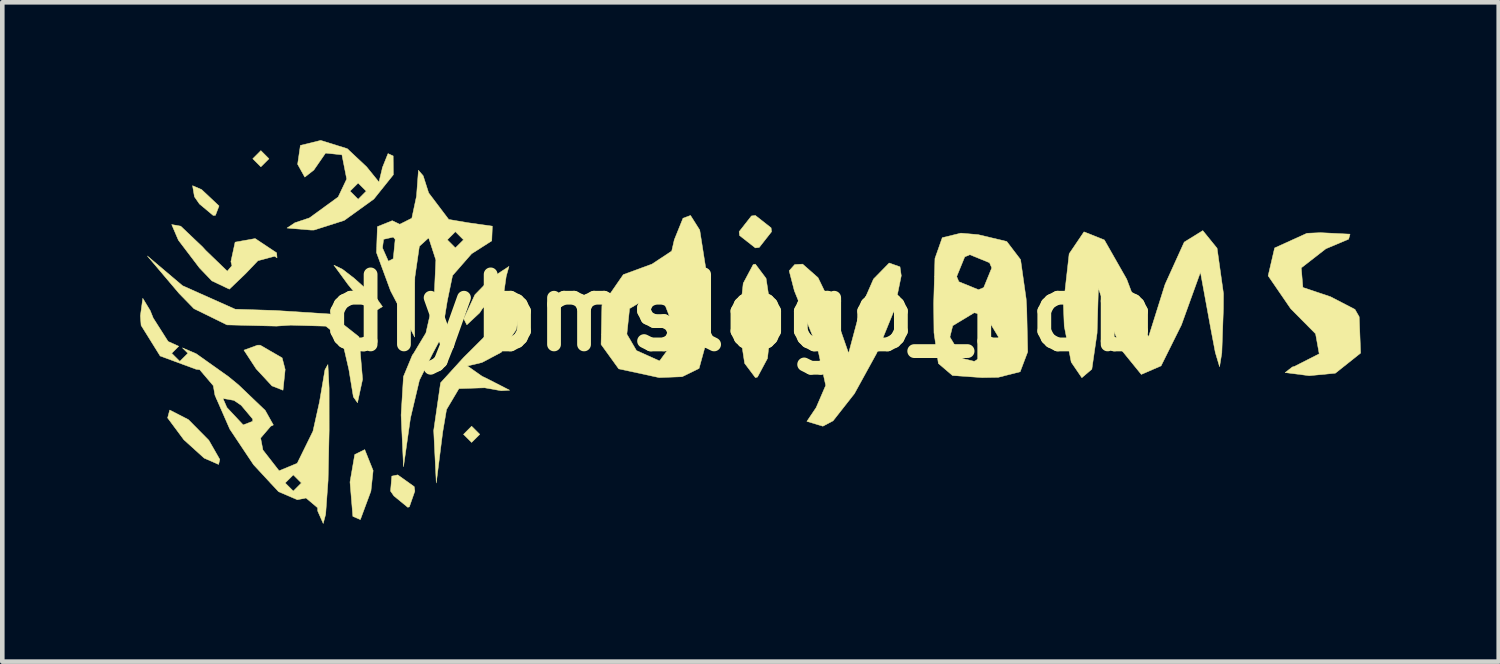
<source format=kicad_pcb>
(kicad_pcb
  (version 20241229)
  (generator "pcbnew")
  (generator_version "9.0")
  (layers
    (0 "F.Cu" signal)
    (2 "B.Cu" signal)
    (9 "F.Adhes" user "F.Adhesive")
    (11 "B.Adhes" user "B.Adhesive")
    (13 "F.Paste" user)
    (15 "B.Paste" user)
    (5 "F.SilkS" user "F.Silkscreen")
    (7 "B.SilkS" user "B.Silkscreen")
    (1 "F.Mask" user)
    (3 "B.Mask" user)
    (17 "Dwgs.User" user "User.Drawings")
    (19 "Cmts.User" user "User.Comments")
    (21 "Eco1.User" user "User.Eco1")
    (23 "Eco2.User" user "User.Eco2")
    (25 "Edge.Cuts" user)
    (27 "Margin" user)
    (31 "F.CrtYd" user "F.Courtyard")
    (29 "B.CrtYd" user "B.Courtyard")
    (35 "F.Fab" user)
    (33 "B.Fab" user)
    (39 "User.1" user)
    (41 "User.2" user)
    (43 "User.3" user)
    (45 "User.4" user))
  (footprint "diybmslogo_pcb"
    (layer "F.Cu")
    (at 13.033 3.755)
    (property "Reference" "diybmslogo_pcb" (at 0 0 0) (layer "F.SilkS") (effects (font (size 1.524 1.524) (thickness 0.3))))
    (attr through_hole)
    (fp_poly (pts (xy -10.231 -3.351) (xy -10.407 -3.175) (xy -10.583 -3.351) (xy -10.407 -3.528) (xy -10.231 -3.351)) (stroke (width 0.01) (type solid)) (fill yes) (layer "F.SilkS"))
    (fp_poly (pts (xy -5.644 2.646) (xy -5.821 2.822) (xy -5.997 2.646) (xy -5.821 2.469) (xy -5.644 2.646)) (stroke (width 0.01) (type solid)) (fill yes) (layer "F.SilkS"))
    (fp_poly (pts (xy -11.696 -2.68) (xy -11.317 -2.324) (xy -11.395 -2.12) (xy -11.444 -2.117) (xy -11.743 -2.367) (xy -11.852 -2.524) (xy -11.893 -2.765) (xy -11.696 -2.68)) (stroke (width 0.01) (type solid)) (fill yes) (layer "F.SilkS"))
    (fp_poly (pts (xy -11.983 2.326) (xy -11.539 2.775) (xy -11.3 3.193) (xy -11.327 3.301) (xy -11.641 3.163) (xy -12.083 2.763) (xy -12.436 2.288) (xy -12.39 2.117) (xy -11.983 2.326)) (stroke (width 0.01) (type solid)) (fill yes) (layer "F.SilkS"))
    (fp_poly (pts (xy -9.944 0.982) (xy -9.878 1.235) (xy -9.925 1.686) (xy -10.165 1.592) (xy -10.509 1.221) (xy -10.775 0.814) (xy -10.479 0.706) (xy -10.421 0.706) (xy -9.944 0.982)) (stroke (width 0.01) (type solid)) (fill yes) (layer "F.SilkS"))
    (fp_poly (pts (xy -8.634 -0.948) (xy -8.378 -0.751) (xy -7.89 -0.315) (xy -7.761 -0.133) (xy -7.933 -0.028) (xy -8.402 -0.481) (xy -8.512 -0.617) (xy -8.817 -1.035) (xy -8.634 -0.948)) (stroke (width 0.01) (type solid)) (fill yes) (layer "F.SilkS"))
    (fp_poly (pts (xy -7.964 3.434) (xy -8.012 3.881) (xy -8.242 4.501) (xy -8.405 4.431) (xy -8.467 3.685) (xy -8.467 3.683) (xy -8.364 3.085) (xy -8.147 2.978) (xy -7.964 3.434)) (stroke (width 0.01) (type solid)) (fill yes) (layer "F.SilkS"))
    (fp_poly (pts (xy -7.07 3.784) (xy -7.056 3.881) (xy -7.176 4.224) (xy -7.211 4.233) (xy -7.512 3.986) (xy -7.585 3.881) (xy -7.557 3.555) (xy -7.429 3.528) (xy -7.07 3.784)) (stroke (width 0.01) (type solid)) (fill yes) (layer "F.SilkS"))
    (fp_poly (pts (xy 0.695 -1.848) (xy 0.706 -1.764) (xy 0.437 -1.421) (xy 0.353 -1.411) (xy 0.01 -1.68) (xy 0 -1.764) (xy 0.268 -2.106) (xy 0.353 -2.117) (xy 0.695 -1.848)) (stroke (width 0.01) (type solid)) (fill yes) (layer "F.SilkS"))
    (fp_poly (pts (xy 0.586 -0.748) (xy 0.703 0.014) (xy 0.706 0.176) (xy 0.617 0.993) (xy 0.399 1.4) (xy 0.353 1.411) (xy 0.12 1.101) (xy 0.003 0.338) (xy 0 0.176) (xy 0.089 -0.64) (xy 0.306 -1.048) (xy 0.353 -1.058) (xy 0.586 -0.748)) (stroke (width 0.01) (type solid)) (fill yes) (layer "F.SilkS"))
    (fp_poly (pts (xy -12.151 -1.884) (xy -11.672 -1.429) (xy -11.612 -1.362) (xy -11.137 -0.904) (xy -11.035 -1.026) (xy -11.059 -1.112) (xy -10.967 -1.536) (xy -10.531 -1.614) (xy -10.064 -1.304) (xy -10.055 -1.194) (xy -10.107 -1.229) (xy -10.471 -1.132) (xy -10.737 -0.853) (xy -11.092 -0.513) (xy -11.473 -0.694) (xy -11.742 -0.975) (xy -12.202 -1.58) (xy -12.347 -1.919) (xy -12.151 -1.884)) (stroke (width 0.01) (type solid)) (fill yes) (layer "F.SilkS"))
    (fp_poly (pts (xy -12.111 -0.588) (xy -10.966 -0.077) (xy -10.09 -0.049) (xy -8.9 0.028) (xy -8.273 0.523) (xy -8.194 1.447) (xy -8.196 1.459) (xy -8.304 1.958) (xy -8.394 1.831) (xy -8.491 1.24) (xy -8.645 0.571) (xy -8.993 0.292) (xy -9.758 0.27) (xy -10.068 0.291) (xy -11.144 0.264) (xy -11.863 -0.089) (xy -12.185 -0.419) (xy -12.876 -1.235) (xy -12.111 -0.588)) (stroke (width 0.01) (type solid)) (fill yes) (layer "F.SilkS"))
    (fp_poly (pts (xy 3.5 -0.999) (xy 3.528 -0.806) (xy 3.374 -0.054) (xy 2.993 0.88) (xy 2.509 1.76) (xy 2.044 2.352) (xy 1.822 2.469) (xy 1.474 2.364) (xy 1.676 2.064) (xy 1.884 1.581) (xy 1.71 0.788) (xy 1.57 0.433) (xy 1.202 -0.477) (xy 1.089 -0.913) (xy 1.209 -1.048) (xy 1.382 -1.058) (xy 1.717 -0.763) (xy 2.044 -0.088) (xy 2.382 0.882) (xy 2.641 -0.088) (xy 2.924 -0.734) (xy 3.265 -1.082) (xy 3.5 -0.999)) (stroke (width 0.01) (type solid)) (fill yes) (layer "F.SilkS"))
    (fp_poly (pts (xy 13.293 -1.71) (xy 13.262 -1.601) (xy 12.766 -1.392) (xy 12.231 -0.976) (xy 12.267 -0.55) (xy 12.853 -0.353) (xy 12.859 -0.353) (xy 13.4 -0.073) (xy 13.492 0.088) (xy 13.523 0.878) (xy 12.974 1.315) (xy 12.406 1.37) (xy 11.881 1.302) (xy 12.038 1.18) (xy 12.083 1.168) (xy 12.622 0.894) (xy 12.543 0.458) (xy 12.002 -0.088) (xy 11.511 -0.804) (xy 11.652 -1.41) (xy 12.355 -1.729) (xy 12.65 -1.742) (xy 13.293 -1.71)) (stroke (width 0.01) (type solid)) (fill yes) (layer "F.SilkS"))
    (fp_poly (pts (xy -0.857 -1.799) (xy -0.729 -0.988) (xy -0.706 -0.353) (xy -0.729 0.692) (xy -0.872 1.212) (xy -1.24 1.392) (xy -1.74 1.411) (xy -2.62 1.221) (xy -3.004 0.689) (xy -2.999 0.466) (xy -2.443 0.466) (xy -2.234 0.823) (xy -1.731 1.049) (xy -1.439 0.651) (xy -1.411 0.353) (xy -1.632 -0.222) (xy -1.94 -0.353) (xy -2.384 -0.091) (xy -2.443 0.466) (xy -2.999 0.466) (xy -2.986 -0.156) (xy -2.52 -0.83) (xy -1.897 -1.058) (xy -1.467 -1.342) (xy -1.411 -1.587) (xy -1.221 -2.057) (xy -1.058 -2.117) (xy -0.857 -1.799)) (stroke (width 0.01) (type solid)) (fill yes) (layer "F.SilkS"))
    (fp_poly (pts (xy 10.4 -1.403) (xy 10.539 -0.416) (xy 10.537 -0.088) (xy 10.503 0.873) (xy 10.454 1.175) (xy 10.361 0.863) (xy 10.264 0.353) (xy 10.038 -0.882) (xy 9.624 0.265) (xy 9.181 1.156) (xy 8.751 1.342) (xy 8.33 0.824) (xy 8.171 0.441) (xy 7.817 -0.529) (xy 7.789 0.441) (xy 7.675 1.228) (xy 7.457 1.414) (xy 7.226 1.075) (xy 7.074 0.288) (xy 7.056 -0.176) (xy 7.181 -1.283) (xy 7.504 -1.76) (xy 7.947 -1.584) (xy 8.433 -0.731) (xy 8.476 -0.617) (xy 8.908 0.529) (xy 9.268 -0.617) (xy 9.685 -1.537) (xy 10.089 -1.787) (xy 10.4 -1.403)) (stroke (width 0.01) (type solid)) (fill yes) (layer "F.SilkS"))
    (fp_poly (pts (xy -5.068 -0.794) (xy -5.123 -0.407) (xy -4.993 -0.353) (xy -4.752 -0.128) (xy -4.851 0.367) (xy -5.177 0.861) (xy -5.597 1.083) (xy -5.913 1.158) (xy -5.596 1.381) (xy -5.468 1.443) (xy -4.994 1.686) (xy -5.178 1.697) (xy -5.537 1.633) (xy -6.097 1.651) (xy -6.367 2.106) (xy -6.45 2.596) (xy -6.59 3.704) (xy -6.646 2.561) (xy -6.496 1.524) (xy -5.997 0.976) (xy -5.443 0.424) (xy -5.297 0.003) (xy -5.35 -0.35) (xy -5.588 -0.087) (xy -5.644 0) (xy -5.925 0.263) (xy -5.992 0.131) (xy -5.749 -0.392) (xy -5.4 -0.751) (xy -5.008 -1.008) (xy -5.068 -0.794)) (stroke (width 0.01) (type solid)) (fill yes) (layer "F.SilkS"))
    (fp_poly (pts (xy -8.527 -3.57) (xy -8.106 -3.175) (xy -7.837 -2.843) (xy -7.767 -3.133) (xy -7.767 -3.146) (xy -7.64 -3.463) (xy -7.528 -3.412) (xy -7.524 -3.003) (xy -7.949 -2.473) (xy -8.593 -2.009) (xy -9.252 -1.799) (xy -9.315 -1.799) (xy -9.837 -1.843) (xy -9.668 -1.957) (xy -9.349 -2.064) (xy -8.725 -2.518) (xy -8.664 -2.646) (xy -8.467 -2.646) (xy -8.29 -2.469) (xy -8.114 -2.646) (xy -8.29 -2.822) (xy -8.467 -2.646) (xy -8.664 -2.646) (xy -8.539 -2.91) (xy -8.643 -3.437) (xy -8.999 -3.474) (xy -9.254 -3.105) (xy -9.451 -2.951) (xy -9.607 -3.231) (xy -9.547 -3.641) (xy -9.104 -3.75) (xy -8.527 -3.57)) (stroke (width 0.01) (type solid)) (fill yes) (layer "F.SilkS"))
    (fp_poly (pts (xy 5.203 -1.699) (xy 5.823 -1.551) (xy 6.124 -1.156) (xy 6.245 -0.303) (xy 6.258 -0.088) (xy 6.279 0.851) (xy 6.115 1.284) (xy 5.639 1.405) (xy 5.288 1.411) (xy 4.643 1.366) (xy 4.335 1.103) (xy 4.254 0.529) (xy 4.586 0.529) (xy 4.868 0.997) (xy 5.115 1.058) (xy 5.583 0.776) (xy 5.644 0.529) (xy 5.362 0.061) (xy 5.115 0) (xy 4.648 0.282) (xy 4.586 0.529) (xy 4.254 0.529) (xy 4.24 0.433) (xy 4.233 -0.2) (xy 4.25 -0.788) (xy 4.734 -0.788) (xy 4.781 -0.675) (xy 5.209 -0.501) (xy 5.322 -0.548) (xy 5.497 -0.976) (xy 5.449 -1.088) (xy 5.021 -1.263) (xy 4.909 -1.216) (xy 4.734 -0.788) (xy 4.25 -0.788) (xy 4.261 -1.181) (xy 4.42 -1.633) (xy 4.825 -1.732) (xy 5.203 -1.699)) (stroke (width 0.01) (type solid)) (fill yes) (layer "F.SilkS"))
    (fp_poly (pts (xy -6.875 -2.98) (xy -6.756 -2.608) (xy -6.319 -2.03) (xy -5.909 -1.96) (xy -5.37 -1.884) (xy -5.383 -1.564) (xy -5.821 -1.284) (xy -6.236 -0.81) (xy -6.35 -0.258) (xy -6.479 0.531) (xy -6.676 0.9) (xy -6.957 1.469) (xy -7.152 2.293) (xy -7.303 3.351) (xy -7.355 2.226) (xy -7.304 1.389) (xy -7.107 0.914) (xy -7.096 0.907) (xy -6.815 0.439) (xy -6.635 -0.354) (xy -6.599 -1.148) (xy -6.741 -1.587) (xy -6.35 -1.587) (xy -6.174 -1.411) (xy -5.997 -1.587) (xy -6.174 -1.764) (xy -6.35 -1.587) (xy -6.741 -1.587) (xy -6.75 -1.616) (xy -6.762 -1.624) (xy -6.958 -1.446) (xy -7.056 -0.771) (xy -7.058 -0.638) (xy -7.06 0.529) (xy -7.585 -0.478) (xy -7.891 -1.31) (xy -7.887 -1.411) (xy -7.761 -1.411) (xy -7.632 -1.121) (xy -7.526 -1.176) (xy -7.484 -1.595) (xy -7.526 -1.646) (xy -7.736 -1.598) (xy -7.761 -1.411) (xy -7.887 -1.411) (xy -7.871 -1.873) (xy -7.548 -2.003) (xy -7.384 -1.925) (xy -7.122 -2.057) (xy -7.02 -2.537) (xy -6.978 -3.1) (xy -6.875 -2.98)) (stroke (width 0.01) (type solid)) (fill yes) (layer "F.SilkS"))
    (fp_poly (pts (xy -12.814 -0.046) (xy -12.75 0.114) (xy -12.425 0.625) (xy -12.23 0.713) (xy -12.194 0.729) (xy -12.347 0.882) (xy -12.171 1.058) (xy -11.994 0.882) (xy -12.113 0.764) (xy -11.814 0.892) (xy -11.111 1.391) (xy -10.894 1.569) (xy -10.312 2.125) (xy -10.135 2.442) (xy -10.192 2.469) (xy -10.412 2.726) (xy -10.362 2.987) (xy -10.01 3.439) (xy -9.616 3.276) (xy -9.273 2.578) (xy -9.131 1.94) (xy -9.012 1.241) (xy -8.948 1.127) (xy -8.922 1.639) (xy -8.921 2.558) (xy -8.944 3.648) (xy -8.997 4.384) (xy -9.05 4.586) (xy -9.17 4.314) (xy -9.172 4.244) (xy -9.424 4.031) (xy -9.613 4.069) (xy -10.021 3.894) (xy -10.198 3.704) (xy -9.878 3.704) (xy -9.701 3.881) (xy -9.525 3.704) (xy -9.701 3.528) (xy -9.878 3.704) (xy -10.198 3.704) (xy -10.566 3.307) (xy -11.083 2.532) (xy -11.375 1.865) (xy -11.232 1.865) (xy -11.146 2.062) (xy -10.791 2.441) (xy -10.587 2.363) (xy -10.583 2.314) (xy -10.834 2.015) (xy -10.991 1.907) (xy -11.232 1.865) (xy -11.375 1.865) (xy -11.406 1.794) (xy -11.442 1.587) (xy -11.737 1.24) (xy -11.818 1.229) (xy -12.598 0.941) (xy -13.013 0.274) (xy -13.028 0.067) (xy -12.976 -0.314) (xy -12.814 -0.046)) (stroke (width 0.01) (type solid)) (fill yes) (layer "F.SilkS")))
  (gr_rect
    (start -3 -3)
    (end 29.561 11.347)
    (stroke (width 0.1) (type default))
    (fill no)
    (layer "Edge.Cuts")))
</source>
